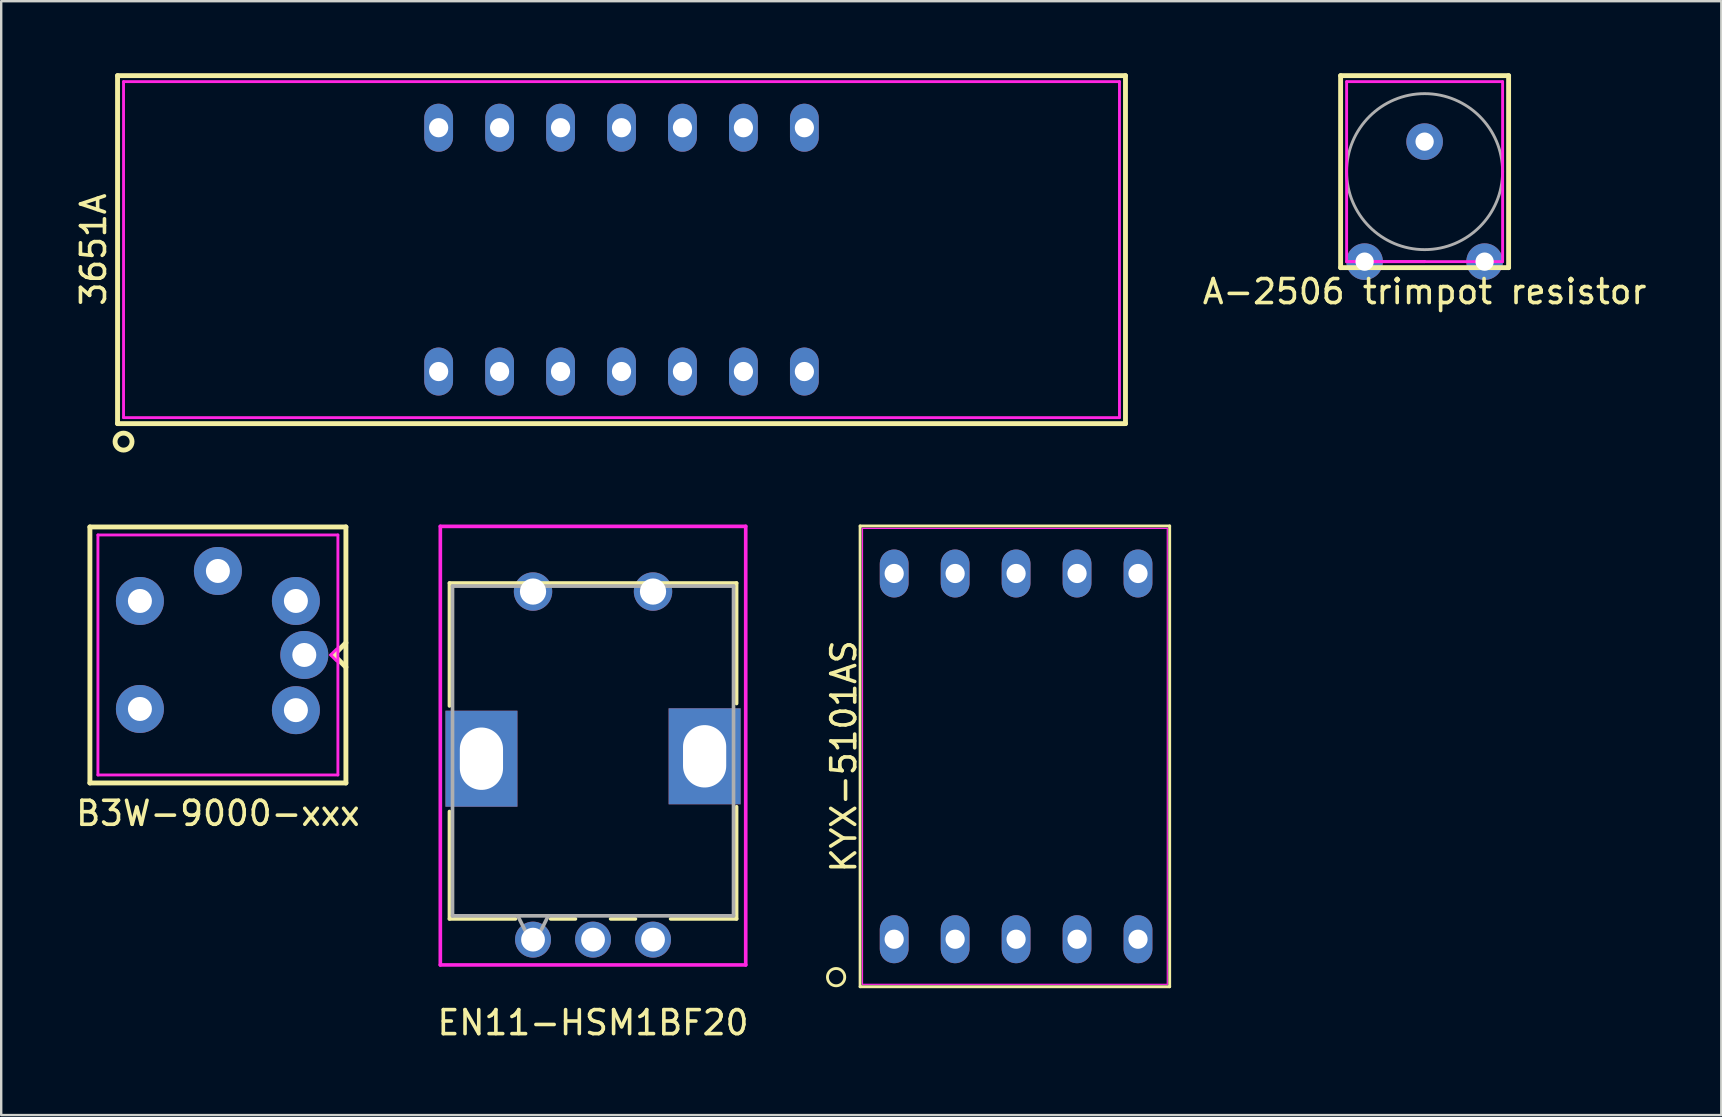
<source format=kicad_pcb>
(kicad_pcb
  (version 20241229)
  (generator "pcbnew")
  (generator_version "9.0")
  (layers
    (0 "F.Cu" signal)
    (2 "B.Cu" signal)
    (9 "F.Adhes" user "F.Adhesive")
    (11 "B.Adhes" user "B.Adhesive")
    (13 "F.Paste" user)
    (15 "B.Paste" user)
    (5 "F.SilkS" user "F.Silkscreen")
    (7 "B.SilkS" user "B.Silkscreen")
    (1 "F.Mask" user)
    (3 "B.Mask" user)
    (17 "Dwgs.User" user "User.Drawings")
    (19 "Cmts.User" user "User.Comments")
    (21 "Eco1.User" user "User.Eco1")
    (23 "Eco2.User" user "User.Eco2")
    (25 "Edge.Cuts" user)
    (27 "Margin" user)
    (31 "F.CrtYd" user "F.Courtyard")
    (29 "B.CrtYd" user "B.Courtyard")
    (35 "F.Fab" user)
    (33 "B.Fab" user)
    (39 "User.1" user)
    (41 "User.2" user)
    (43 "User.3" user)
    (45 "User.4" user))
  (footprint "A-2506 trimpot resistor"
    (layer "F.Cu")
    (at 56.313 5.352)
    (property "Reference" "A-2506 trimpot resistor" (at 0 3.75 0) (layer "F.SilkS") (effects (font (size 1 1) (thickness 0.15))))
    (attr through_hole)
    (fp_line (start -3.5 -5.25) (end 3.5 -5.25) (stroke (width 0.203) (type solid)) (layer "F.SilkS"))
    (fp_line (start -3.5 2.75) (end -3.5 -5.25) (stroke (width 0.203) (type solid)) (layer "F.SilkS"))
    (fp_line (start 3.5 -5.25) (end 3.5 2.75) (stroke (width 0.203) (type solid)) (layer "F.SilkS"))
    (fp_line (start 3.5 2.75) (end -3.5 2.75) (stroke (width 0.203) (type solid)) (layer "F.SilkS"))
    (fp_line (start -3.25 -5) (end -3.25 2.5) (stroke (width 0.12) (type solid)) (layer "F.CrtYd"))
    (fp_line (start -3.25 2.5) (end 0 2.5) (stroke (width 0.12) (type solid)) (layer "F.CrtYd"))
    (fp_line (start 0 2.5) (end -3.25 2.5) (stroke (width 0.12) (type solid)) (layer "F.CrtYd"))
    (fp_line (start 0 2.5) (end 3.25 2.5) (stroke (width 0.12) (type solid)) (layer "F.CrtYd"))
    (fp_line (start 3.25 -5) (end -3.25 -5) (stroke (width 0.12) (type solid)) (layer "F.CrtYd"))
    (fp_line (start 3.25 2.5) (end 3.25 -5) (stroke (width 0.12) (type solid)) (layer "F.CrtYd"))
    (fp_circle (center 0 -1.25) (end 3.25 -1.25) (stroke (width 0.12) (type solid)) (fill no) (layer "F.Fab"))
    (pad "1" thru_hole circle (at -2.5 2.5) (size 1.524 1.524) (drill 0.762) (layers "*.Cu" "*.Mask"))
    (pad "2" thru_hole circle (at 0 -2.5) (size 1.524 1.524) (drill 0.762) (layers "*.Cu" "*.Mask"))
    (pad "3" thru_hole circle (at 2.5 2.5) (size 1.524 1.524) (drill 0.762) (layers "*.Cu" "*.Mask")))
  (footprint "3651A"
    (layer "F.Cu")
    (at 22.848 7.352)
    (property "Reference" "3651A" (at -22 0 90) (layer "F.SilkS") (effects (font (size 1 1) (thickness 0.15))))
    (attr through_hole)
    (fp_line (start -21 -7.25) (end 21 -7.25) (stroke (width 0.203) (type solid)) (layer "F.SilkS"))
    (fp_line (start -21 7.25) (end -21 -7.25) (stroke (width 0.203) (type solid)) (layer "F.SilkS"))
    (fp_line (start 21 -7.25) (end 21 7.25) (stroke (width 0.203) (type solid)) (layer "F.SilkS"))
    (fp_line (start 21 7.25) (end -21 7.25) (stroke (width 0.203) (type solid)) (layer "F.SilkS"))
    (fp_circle (center -20.75 8) (end -20.5 8.25) (stroke (width 0.203) (type solid)) (fill no) (layer "F.SilkS"))
    (fp_line (start -20.75 -7) (end 20.75 -7) (stroke (width 0.12) (type solid)) (layer "F.CrtYd"))
    (fp_line (start -20.75 7) (end -20.75 -7) (stroke (width 0.12) (type solid)) (layer "F.CrtYd"))
    (fp_line (start 20.75 -7) (end 20.75 7) (stroke (width 0.12) (type solid)) (layer "F.CrtYd"))
    (fp_line (start 20.75 7) (end -20.75 7) (stroke (width 0.12) (type solid)) (layer "F.CrtYd"))
    (pad "1" thru_hole oval (at -7.62 5.08) (size 1.2 2) (drill 0.8) (layers "*.Cu" "*.Mask"))
    (pad "2" thru_hole oval (at -5.08 5.08) (size 1.2 2) (drill 0.8) (layers "*.Cu" "*.Mask"))
    (pad "3" thru_hole oval (at -2.54 5.08) (size 1.2 2) (drill 0.8) (layers "*.Cu" "*.Mask"))
    (pad "4" thru_hole oval (at 0 5.08) (size 1.2 2) (drill 0.8) (layers "*.Cu" "*.Mask"))
    (pad "5" thru_hole oval (at 2.54 5.08) (size 1.2 2) (drill 0.8) (layers "*.Cu" "*.Mask"))
    (pad "6" thru_hole oval (at 5.08 5.08) (size 1.2 2) (drill 0.8) (layers "*.Cu" "*.Mask"))
    (pad "7" thru_hole oval (at 7.62 5.08) (size 1.2 2) (drill 0.8) (layers "*.Cu" "*.Mask"))
    (pad "8" thru_hole oval (at 7.62 -5.08) (size 1.2 2) (drill 0.8) (layers "*.Cu" "*.Mask"))
    (pad "9" thru_hole oval (at 5.08 -5.08) (size 1.2 2) (drill 0.8) (layers "*.Cu" "*.Mask"))
    (pad "10" thru_hole oval (at 2.54 -5.08) (size 1.2 2) (drill 0.8) (layers "*.Cu" "*.Mask"))
    (pad "11" thru_hole oval (at 0 -5.08) (size 1.2 2) (drill 0.8) (layers "*.Cu" "*.Mask"))
    (pad "12" thru_hole oval (at -2.54 -5.08) (size 1.2 2) (drill 0.8) (layers "*.Cu" "*.Mask"))
    (pad "13" thru_hole oval (at -5.08 -5.08) (size 1.2 2) (drill 0.8) (layers "*.Cu" "*.Mask"))
    (pad "14" thru_hole oval (at -7.62 -5.08) (size 1.2 2) (drill 0.8) (layers "*.Cu" "*.Mask")))
  (footprint "EN11-HSM1BF20"
    (layer "F.Cu")
    (at 21.761 28.565)
    (property "Reference" "EN11-HSM1BF20" (at -0.1 11 0) (layer "F.SilkS") (effects (font (size 1 1) (thickness 0.15))))
    (attr through_hole)
    (fp_line (start -6.082 -7.32) (end -6.082 -2.2) (stroke (width 0.152) (type solid)) (layer "F.SilkS"))
    (fp_line (start -6.082 2.2) (end -6.082 6.675) (stroke (width 0.152) (type solid)) (layer "F.SilkS"))
    (fp_line (start -6.082 6.675) (end -3.333 6.675) (stroke (width 0.152) (type solid)) (layer "F.SilkS"))
    (fp_line (start -1.867 6.675) (end -0.833 6.675) (stroke (width 0.152) (type solid)) (layer "F.SilkS"))
    (fp_line (start 0.633 6.675) (end 1.667 6.675) (stroke (width 0.152) (type solid)) (layer "F.SilkS"))
    (fp_line (start 3.133 6.675) (end 5.882 6.675) (stroke (width 0.152) (type solid)) (layer "F.SilkS"))
    (fp_line (start 5.882 -7.32) (end -6.082 -7.32) (stroke (width 0.152) (type solid)) (layer "F.SilkS"))
    (fp_line (start 5.882 -2.3) (end 5.882 -7.32) (stroke (width 0.152) (type solid)) (layer "F.SilkS"))
    (fp_line (start 5.882 6.675) (end 5.882 2) (stroke (width 0.152) (type solid)) (layer "F.SilkS"))
    (fp_line (start -6.463 -9.682) (end -6.463 8.593) (stroke (width 0.152) (type solid)) (layer "F.CrtYd"))
    (fp_line (start -6.463 8.593) (end 6.263 8.593) (stroke (width 0.152) (type solid)) (layer "F.CrtYd"))
    (fp_line (start 6.263 -9.682) (end -6.463 -9.682) (stroke (width 0.152) (type solid)) (layer "F.CrtYd"))
    (fp_line (start 6.263 8.593) (end 6.263 -9.682) (stroke (width 0.152) (type solid)) (layer "F.CrtYd"))
    (fp_line (start -5.955 -7.193) (end -5.955 6.548) (stroke (width 0.152) (type solid)) (layer "F.Fab"))
    (fp_line (start -5.955 6.548) (end 5.755 6.548) (stroke (width 0.152) (type solid)) (layer "F.Fab"))
    (fp_line (start -3.235 6.548) (end -2.6 7.818) (stroke (width 0.152) (type solid)) (layer "F.Fab"))
    (fp_line (start -1.965 6.548) (end -2.6 7.818) (stroke (width 0.152) (type solid)) (layer "F.Fab"))
    (fp_line (start 5.755 -7.193) (end -5.955 -7.193) (stroke (width 0.152) (type solid)) (layer "F.Fab"))
    (fp_line (start 5.755 6.548) (end 5.755 -7.193) (stroke (width 0.152) (type solid)) (layer "F.Fab"))
    (pad "" thru_hole rect (at -4.75 0) (size 3 4) (drill oval 1.8 2.6) (layers "*.Cu" "*.Mask"))
    (pad "" thru_hole rect (at 4.55 -0.1) (size 3 4) (drill oval 1.8 2.6) (layers "*.Cu" "*.Mask"))
    (pad "1" thru_hole circle (at -2.6 7.539) (size 1.499 1.499) (drill 0.991) (layers "*.Cu" "*.Mask"))
    (pad "2" thru_hole circle (at 2.4 7.539) (size 1.499 1.499) (drill 0.991) (layers "*.Cu" "*.Mask"))
    (pad "3" thru_hole circle (at -0.1 7.539) (size 1.499 1.499) (drill 0.991) (layers "*.Cu" "*.Mask"))
    (pad "4" thru_hole circle (at -2.6 -6.965) (size 1.6 1.6) (drill 1.092) (layers "*.Cu" "*.Mask"))
    (pad "5" thru_hole circle (at 2.4 -6.965) (size 1.6 1.6) (drill 1.092) (layers "*.Cu" "*.Mask")))
  (footprint "KYX-5101AS"
    (layer "F.Cu")
    (at 39.29 28.467)
    (property "Reference" "KYX-5101AS" (at -7.18 0 90) (layer "F.SilkS") (effects (font (size 1 1) (thickness 0.15))))
    (attr through_hole)
    (fp_line (start -6.5 -9.6) (end 6.4 -9.6) (stroke (width 0.12) (type solid)) (layer "F.SilkS"))
    (fp_line (start -6.5 9.6) (end -6.5 -9.6) (stroke (width 0.12) (type solid)) (layer "F.SilkS"))
    (fp_line (start 6.4 -9.6) (end 6.4 9.6) (stroke (width 0.12) (type solid)) (layer "F.SilkS"))
    (fp_line (start 6.4 9.6) (end -6.5 9.6) (stroke (width 0.12) (type solid)) (layer "F.SilkS"))
    (fp_circle (center -7.5 9.2) (end -7.3 9.5) (stroke (width 0.12) (type solid)) (fill no) (layer "F.SilkS"))
    (fp_line (start -6.4 -9.5) (end -6.4 9.5) (stroke (width 0.05) (type solid)) (layer "F.CrtYd"))
    (fp_line (start -6.4 9.5) (end 6.3 9.5) (stroke (width 0.05) (type solid)) (layer "F.CrtYd"))
    (fp_line (start 6.3 -9.5) (end -6.4 -9.5) (stroke (width 0.05) (type solid)) (layer "F.CrtYd"))
    (fp_line (start 6.3 9.5) (end 6.3 -9.5) (stroke (width 0.05) (type solid)) (layer "F.CrtYd"))
    (pad "1" thru_hole oval (at -5.08 7.62) (size 1.2 2) (drill 0.8) (layers "*.Cu" "*.Mask"))
    (pad "2" thru_hole oval (at -2.54 7.62) (size 1.2 2) (drill 0.8) (layers "*.Cu" "*.Mask"))
    (pad "3" thru_hole oval (at 0 7.62) (size 1.2 2) (drill 0.8) (layers "*.Cu" "*.Mask"))
    (pad "4" thru_hole oval (at 2.54 7.62) (size 1.2 2) (drill 0.8) (layers "*.Cu" "*.Mask"))
    (pad "5" thru_hole oval (at 5.08 7.62) (size 1.2 2) (drill 0.8) (layers "*.Cu" "*.Mask"))
    (pad "6" thru_hole oval (at 5.08 -7.62) (size 1.2 2) (drill 0.8) (layers "*.Cu" "*.Mask"))
    (pad "7" thru_hole oval (at 2.54 -7.62) (size 1.2 2) (drill 0.8) (layers "*.Cu" "*.Mask"))
    (pad "8" thru_hole oval (at 0 -7.62) (size 1.2 2) (drill 0.8) (layers "*.Cu" "*.Mask"))
    (pad "9" thru_hole oval (at -2.54 -7.62) (size 1.2 2) (drill 0.8) (layers "*.Cu" "*.Mask"))
    (pad "10" thru_hole oval (at -5.08 -7.62) (size 1.2 2) (drill 0.8) (layers "*.Cu" "*.Mask")))
  (footprint "B3W-9000-xxx"
    (layer "F.Cu")
    (at 6.03 24.242)
    (property "Reference" "B3W-9000-xxx" (at 0 6.6 0) (layer "F.SilkS") (effects (font (size 1 1) (thickness 0.15))))
    (attr through_hole)
    (fp_line (start -5.334 -5.334) (end 5.334 -5.334) (stroke (width 0.203) (type solid)) (layer "F.SilkS"))
    (fp_line (start -5.334 5.334) (end -5.334 -5.334) (stroke (width 0.203) (type solid)) (layer "F.SilkS"))
    (fp_line (start 4.826 0) (end 5.334 0.508) (stroke (width 0.203) (type solid)) (layer "F.SilkS"))
    (fp_line (start 5.334 -5.334) (end 5.334 5.334) (stroke (width 0.203) (type solid)) (layer "F.SilkS"))
    (fp_line (start 5.334 -0.508) (end 4.826 0) (stroke (width 0.203) (type solid)) (layer "F.SilkS"))
    (fp_line (start 5.334 5.334) (end -5.334 5.334) (stroke (width 0.203) (type solid)) (layer "F.SilkS"))
    (fp_line (start -5 -5) (end -5 5) (stroke (width 0.12) (type solid)) (layer "F.CrtYd"))
    (fp_line (start -5 5) (end 5 5) (stroke (width 0.12) (type solid)) (layer "F.CrtYd"))
    (fp_line (start 4.699 0) (end 4.953 0.254) (stroke (width 0.12) (type solid)) (layer "F.CrtYd"))
    (fp_line (start 4.953 -0.254) (end 4.699 0) (stroke (width 0.12) (type solid)) (layer "F.CrtYd"))
    (fp_line (start 5 -5) (end -5 -5) (stroke (width 0.12) (type solid)) (layer "F.CrtYd"))
    (fp_line (start 5 5) (end 5 -5) (stroke (width 0.12) (type solid)) (layer "F.CrtYd"))
    (pad "1" thru_hole circle (at 3.25 2.3) (size 2 2) (drill 1) (layers "*.Cu" "*.Mask"))
    (pad "2" thru_hole circle (at -3.25 2.25) (size 2 2) (drill 1) (layers "*.Cu" "*.Mask"))
    (pad "3" thru_hole circle (at 3.25 -2.25) (size 2 2) (drill 1) (layers "*.Cu" "*.Mask"))
    (pad "4" thru_hole circle (at -3.25 -2.25) (size 2 2) (drill 1) (layers "*.Cu" "*.Mask"))
    (pad "5" thru_hole circle (at 0 -3.5) (size 2 2) (drill 1) (layers "*.Cu" "*.Mask"))
    (pad "6" thru_hole circle (at 3.6 0) (size 2 2) (drill 1) (layers "*.Cu" "*.Mask")))
  (gr_rect
    (start -3 -3)
    (end 68.676 43.414)
    (stroke (width 0.1) (type default))
    (fill no)
    (layer "Edge.Cuts")))
</source>
